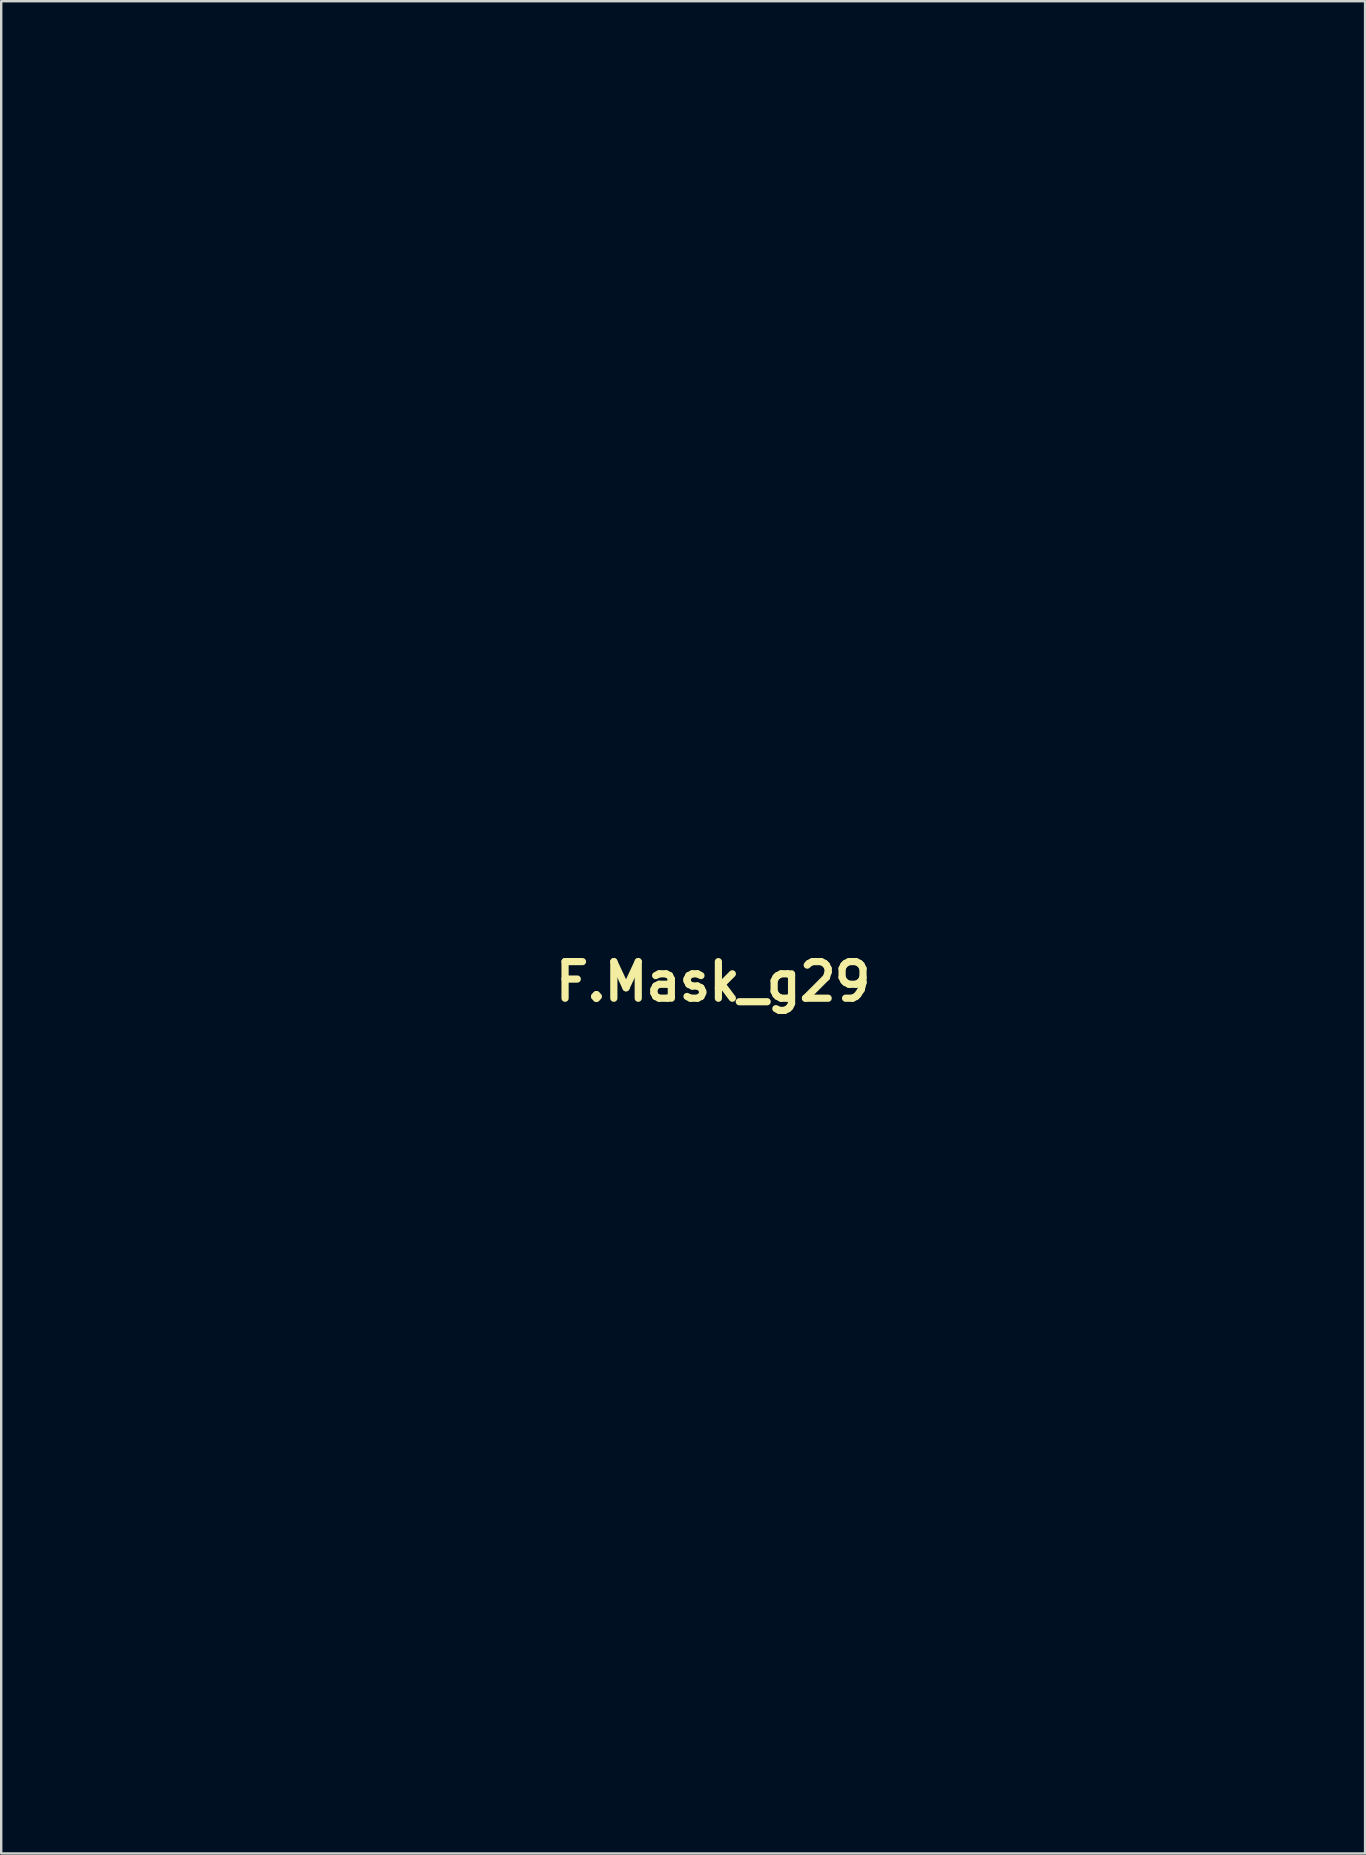
<source format=kicad_pcb>
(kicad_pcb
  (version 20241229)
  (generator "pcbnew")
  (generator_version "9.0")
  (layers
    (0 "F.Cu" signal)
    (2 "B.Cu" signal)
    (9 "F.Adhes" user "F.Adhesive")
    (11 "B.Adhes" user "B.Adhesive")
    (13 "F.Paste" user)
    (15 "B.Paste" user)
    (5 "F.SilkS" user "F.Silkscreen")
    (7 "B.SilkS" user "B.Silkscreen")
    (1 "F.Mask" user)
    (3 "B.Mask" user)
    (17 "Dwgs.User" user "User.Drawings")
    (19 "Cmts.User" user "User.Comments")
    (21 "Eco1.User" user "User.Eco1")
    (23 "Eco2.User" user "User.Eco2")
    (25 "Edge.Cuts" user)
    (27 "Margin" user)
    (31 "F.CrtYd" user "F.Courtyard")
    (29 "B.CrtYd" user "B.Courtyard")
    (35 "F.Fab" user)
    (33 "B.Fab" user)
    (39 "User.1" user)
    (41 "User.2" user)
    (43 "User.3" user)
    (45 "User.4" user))
  (footprint "F.Mask_g29"
    (layer "F.Cu")
    (at 26.654 37.838)
    (property "Reference" "F.Mask_g29" (at 0 0 0) (layer "F.SilkS") (effects (font (size 1.524 1.524) (thickness 0.3))))
    (attr through_hole)
    (fp_poly (pts (xy -18.913 -17.765) (xy -18.775 -17.756) (xy -18.656 -17.738) (xy -18.544 -17.707) (xy -18.428 -17.662) (xy -18.309 -17.607) (xy -18.117 -17.49) (xy -17.948 -17.341) (xy -17.806 -17.163) (xy -17.694 -16.963) (xy -17.618 -16.745) (xy -17.601 -16.675) (xy -17.571 -16.42) (xy -17.58 -16.155) (xy -17.629 -15.883) (xy -17.716 -15.607) (xy -17.817 -15.378) (xy -17.968 -15.115) (xy -18.156 -14.861) (xy -18.374 -14.62) (xy -18.615 -14.398) (xy -18.875 -14.203) (xy -19.146 -14.039) (xy -19.197 -14.013) (xy -19.458 -13.898) (xy -19.727 -13.812) (xy -19.997 -13.754) (xy -20.259 -13.728) (xy -20.505 -13.734) (xy -20.543 -13.738) (xy -20.79 -13.787) (xy -21.017 -13.87) (xy -21.222 -13.985) (xy -21.399 -14.131) (xy -21.43 -14.163) (xy -21.583 -14.354) (xy -21.697 -14.562) (xy -21.773 -14.787) (xy -21.81 -15.028) (xy -21.808 -15.285) (xy -21.768 -15.555) (xy -21.727 -15.718) (xy -21.625 -15.996) (xy -21.486 -16.269) (xy -21.312 -16.532) (xy -21.109 -16.781) (xy -20.88 -17.011) (xy -20.631 -17.218) (xy -20.364 -17.397) (xy -20.084 -17.543) (xy -19.973 -17.591) (xy -19.779 -17.662) (xy -19.605 -17.712) (xy -19.437 -17.745) (xy -19.26 -17.762) (xy -19.082 -17.767) (xy -18.913 -17.765)) (stroke (width 0.01) (type solid)) (fill yes) (layer "F.Mask"))
    (fp_poly (pts (xy -17.534 -15.452) (xy -17.473 -15.394) (xy -17.422 -15.301) (xy -17.41 -15.271) (xy -17.392 -15.225) (xy -17.358 -15.146) (xy -17.312 -15.041) (xy -17.257 -14.915) (xy -17.194 -14.774) (xy -17.126 -14.624) (xy -17.109 -14.586) (xy -16.988 -14.32) (xy -16.882 -14.084) (xy -16.788 -13.872) (xy -16.702 -13.676) (xy -16.622 -13.488) (xy -16.544 -13.301) (xy -16.464 -13.107) (xy -16.381 -12.9) (xy -16.29 -12.671) (xy -16.288 -12.668) (xy -16.213 -12.477) (xy -16.143 -12.304) (xy -16.078 -12.143) (xy -16.017 -11.992) (xy -15.956 -11.845) (xy -15.894 -11.7) (xy -15.83 -11.551) (xy -15.762 -11.396) (xy -15.689 -11.229) (xy -15.607 -11.048) (xy -15.516 -10.848) (xy -15.414 -10.624) (xy -15.299 -10.374) (xy -15.169 -10.092) (xy -15.049 -9.832) (xy -14.805 -9.303) (xy -14.577 -8.811) (xy -14.366 -8.354) (xy -14.169 -7.933) (xy -13.988 -7.544) (xy -13.821 -7.187) (xy -13.667 -6.86) (xy -13.526 -6.562) (xy -13.398 -6.291) (xy -13.281 -6.047) (xy -13.174 -5.827) (xy -13.078 -5.631) (xy -12.992 -5.456) (xy -12.914 -5.302) (xy -12.845 -5.168) (xy -12.821 -5.122) (xy -12.734 -4.966) (xy -12.622 -4.779) (xy -12.486 -4.565) (xy -12.328 -4.325) (xy -12.151 -4.061) (xy -11.955 -3.777) (xy -11.743 -3.473) (xy -11.517 -3.154) (xy -11.277 -2.821) (xy -11.026 -2.476) (xy -10.765 -2.122) (xy -10.497 -1.761) (xy -10.223 -1.396) (xy -9.944 -1.028) (xy -9.663 -0.661) (xy -9.382 -0.296) (xy -9.101 0.064) (xy -8.823 0.417) (xy -8.549 0.761) (xy -8.282 1.092) (xy -8.023 1.409) (xy -7.773 1.71) (xy -7.535 1.992) (xy -7.477 2.059) (xy -7.212 2.364) (xy -6.967 2.64) (xy -6.737 2.892) (xy -6.517 3.123) (xy -6.302 3.34) (xy -6.086 3.547) (xy -5.866 3.748) (xy -5.635 3.948) (xy -5.39 4.153) (xy -5.124 4.367) (xy -4.903 4.54) (xy -4.36 4.948) (xy -3.831 5.316) (xy -3.314 5.645) (xy -2.81 5.934) (xy -2.319 6.184) (xy -1.839 6.395) (xy -1.371 6.567) (xy -1.073 6.659) (xy -0.984 6.681) (xy -0.855 6.707) (xy -0.693 6.738) (xy -0.499 6.773) (xy -0.278 6.81) (xy -0.033 6.85) (xy 0.231 6.892) (xy 0.512 6.936) (xy 0.806 6.98) (xy 1.108 7.025) (xy 1.416 7.069) (xy 1.725 7.113) (xy 2.033 7.156) (xy 2.334 7.197) (xy 2.626 7.236) (xy 2.905 7.272) (xy 3.168 7.304) (xy 3.409 7.333) (xy 3.627 7.357) (xy 3.817 7.376) (xy 3.926 7.386) (xy 4.27 7.412) (xy 4.632 7.432) (xy 5.016 7.447) (xy 5.423 7.458) (xy 5.857 7.463) (xy 6.32 7.462) (xy 6.813 7.457) (xy 7.34 7.447) (xy 7.903 7.431) (xy 8.504 7.411) (xy 8.858 7.397) (xy 9.805 7.356) (xy 10.712 7.309) (xy 11.583 7.256) (xy 12.421 7.197) (xy 13.227 7.132) (xy 14.006 7.061) (xy 14.759 6.983) (xy 15.49 6.898) (xy 16.201 6.806) (xy 16.895 6.706) (xy 17.576 6.599) (xy 17.979 6.53) (xy 18.235 6.484) (xy 18.462 6.439) (xy 18.674 6.393) (xy 18.88 6.343) (xy 19.092 6.287) (xy 19.323 6.22) (xy 19.558 6.149) (xy 19.796 6.077) (xy 19.999 6.019) (xy 20.17 5.976) (xy 20.314 5.947) (xy 20.434 5.93) (xy 20.534 5.925) (xy 20.619 5.932) (xy 20.692 5.95) (xy 20.733 5.967) (xy 20.793 5.999) (xy 20.843 6.039) (xy 20.887 6.093) (xy 20.931 6.168) (xy 20.979 6.272) (xy 21.022 6.374) (xy 21.065 6.478) (xy 21.121 6.61) (xy 21.184 6.757) (xy 21.249 6.908) (xy 21.31 7.048) (xy 21.372 7.193) (xy 21.435 7.344) (xy 21.495 7.492) (xy 21.546 7.624) (xy 21.584 7.726) (xy 21.673 7.991) (xy 21.765 8.292) (xy 21.86 8.625) (xy 21.955 8.984) (xy 22.051 9.363) (xy 22.145 9.758) (xy 22.237 10.163) (xy 22.326 10.572) (xy 22.409 10.981) (xy 22.487 11.383) (xy 22.558 11.774) (xy 22.621 12.148) (xy 22.675 12.5) (xy 22.718 12.824) (xy 22.75 13.115) (xy 22.753 13.155) (xy 22.774 13.413) (xy 22.794 13.694) (xy 22.811 13.992) (xy 22.827 14.304) (xy 22.842 14.623) (xy 22.854 14.944) (xy 22.863 15.263) (xy 22.871 15.573) (xy 22.876 15.871) (xy 22.878 16.151) (xy 22.878 16.408) (xy 22.875 16.636) (xy 22.868 16.831) (xy 22.862 16.944) (xy 22.823 17.366) (xy 22.77 17.753) (xy 22.702 18.103) (xy 22.62 18.416) (xy 22.523 18.691) (xy 22.411 18.926) (xy 22.407 18.934) (xy 22.363 19.005) (xy 22.318 19.065) (xy 22.286 19.097) (xy 22.213 19.135) (xy 22.102 19.169) (xy 21.956 19.199) (xy 21.823 19.218) (xy 21.75 19.224) (xy 21.641 19.229) (xy 21.503 19.233) (xy 21.341 19.235) (xy 21.164 19.237) (xy 20.976 19.237) (xy 20.785 19.236) (xy 20.597 19.234) (xy 20.418 19.23) (xy 20.256 19.226) (xy 20.115 19.22) (xy 20.066 19.218) (xy 19.941 19.209) (xy 19.813 19.196) (xy 19.698 19.182) (xy 19.611 19.168) (xy 19.533 19.155) (xy 19.424 19.139) (xy 19.295 19.121) (xy 19.156 19.104) (xy 19.05 19.091) (xy 18.291 18.996) (xy 17.503 18.879) (xy 16.693 18.741) (xy 15.867 18.584) (xy 15.031 18.408) (xy 14.192 18.215) (xy 13.356 18.006) (xy 12.53 17.783) (xy 12.065 17.65) (xy 10.855 17.278) (xy 9.666 16.878) (xy 8.5 16.45) (xy 7.359 15.995) (xy 6.245 15.514) (xy 5.16 15.008) (xy 4.107 14.477) (xy 3.086 13.923) (xy 2.603 13.646) (xy 1.547 13.005) (xy 0.505 12.324) (xy -0.522 11.605) (xy -1.531 10.849) (xy -2.522 10.057) (xy -3.493 9.229) (xy -4.445 8.368) (xy -5.376 7.473) (xy -6.285 6.546) (xy -7.17 5.587) (xy -8.032 4.598) (xy -8.868 3.58) (xy -9.678 2.533) (xy -10.46 1.459) (xy -10.559 1.319) (xy -11.296 0.235) (xy -12.001 -0.869) (xy -12.676 -1.995) (xy -13.322 -3.148) (xy -13.94 -4.328) (xy -14.532 -5.539) (xy -14.969 -6.488) (xy -15.206 -7.018) (xy -15.439 -7.546) (xy -15.667 -8.069) (xy -15.891 -8.584) (xy -16.107 -9.089) (xy -16.316 -9.581) (xy -16.517 -10.059) (xy -16.707 -10.518) (xy -16.888 -10.958) (xy -17.056 -11.375) (xy -17.211 -11.767) (xy -17.353 -12.131) (xy -17.48 -12.465) (xy -17.591 -12.767) (xy -17.685 -13.033) (xy -17.705 -13.092) (xy -17.731 -13.163) (xy -17.768 -13.265) (xy -17.814 -13.389) (xy -17.865 -13.526) (xy -17.918 -13.667) (xy -17.931 -13.7) (xy -18.012 -13.92) (xy -18.077 -14.106) (xy -18.124 -14.262) (xy -18.156 -14.392) (xy -18.174 -14.499) (xy -18.178 -14.587) (xy -18.175 -14.62) (xy -18.167 -14.669) (xy -18.151 -14.722) (xy -18.122 -14.786) (xy -18.079 -14.869) (xy -18.017 -14.976) (xy -17.98 -15.038) (xy -17.886 -15.189) (xy -17.808 -15.304) (xy -17.741 -15.387) (xy -17.683 -15.44) (xy -17.632 -15.468) (xy -17.598 -15.473) (xy -17.534 -15.452)) (stroke (width 0.01) (type solid)) (fill yes) (layer "F.Mask"))
    (fp_poly (pts (xy -21.749 -14.209) (xy -21.688 -14.163) (xy -21.538 -14.05) (xy -21.356 -13.941) (xy -21.155 -13.842) (xy -20.946 -13.757) (xy -20.74 -13.691) (xy -20.548 -13.65) (xy -20.5 -13.643) (xy -20.391 -13.64) (xy -20.254 -13.65) (xy -20.1 -13.671) (xy -19.942 -13.702) (xy -19.789 -13.741) (xy -19.778 -13.745) (xy -19.7 -13.77) (xy -19.594 -13.806) (xy -19.469 -13.85) (xy -19.336 -13.898) (xy -19.238 -13.935) (xy -19.062 -14) (xy -18.921 -14.051) (xy -18.808 -14.088) (xy -18.72 -14.114) (xy -18.65 -14.129) (xy -18.595 -14.135) (xy -18.548 -14.134) (xy -18.537 -14.133) (xy -18.451 -14.108) (xy -18.393 -14.057) (xy -18.356 -13.975) (xy -18.347 -13.937) (xy -18.332 -13.863) (xy -18.311 -13.757) (xy -18.284 -13.623) (xy -18.254 -13.468) (xy -18.221 -13.295) (xy -18.186 -13.11) (xy -18.171 -13.028) (xy -18.037 -12.321) (xy -17.898 -11.624) (xy -17.758 -10.939) (xy -17.615 -10.27) (xy -17.471 -9.619) (xy -17.326 -8.99) (xy -17.181 -8.385) (xy -17.037 -7.808) (xy -16.895 -7.261) (xy -16.754 -6.747) (xy -16.617 -6.269) (xy -16.482 -5.831) (xy -16.481 -5.827) (xy -16.426 -5.659) (xy -16.358 -5.457) (xy -16.278 -5.228) (xy -16.189 -4.977) (xy -16.093 -4.711) (xy -15.991 -4.434) (xy -15.886 -4.154) (xy -15.801 -3.926) (xy -15.214 -2.432) (xy -14.603 -0.971) (xy -13.966 0.46) (xy -13.304 1.862) (xy -12.614 3.239) (xy -11.895 4.593) (xy -11.145 5.927) (xy -10.799 6.519) (xy -10.054 7.744) (xy -9.284 8.942) (xy -8.49 10.111) (xy -7.674 11.251) (xy -6.835 12.361) (xy -5.974 13.441) (xy -5.093 14.489) (xy -4.192 15.505) (xy -3.271 16.487) (xy -2.332 17.436) (xy -1.376 18.35) (xy -0.402 19.228) (xy 0.587 20.07) (xy 1.593 20.874) (xy 2.612 21.641) (xy 3.646 22.368) (xy 4.634 23.019) (xy 5.027 23.263) (xy 5.456 23.518) (xy 5.914 23.78) (xy 6.396 24.048) (xy 6.898 24.318) (xy 7.413 24.587) (xy 7.938 24.853) (xy 8.465 25.114) (xy 8.991 25.366) (xy 9.51 25.607) (xy 10.016 25.834) (xy 10.437 26.015) (xy 10.991 26.244) (xy 11.537 26.46) (xy 12.08 26.664) (xy 12.624 26.857) (xy 13.173 27.04) (xy 13.731 27.215) (xy 14.304 27.383) (xy 14.894 27.545) (xy 15.507 27.702) (xy 16.147 27.856) (xy 16.818 28.008) (xy 17.525 28.16) (xy 17.949 28.247) (xy 18.357 28.331) (xy 18.728 28.409) (xy 19.066 28.483) (xy 19.376 28.553) (xy 19.662 28.621) (xy 19.928 28.688) (xy 20.181 28.755) (xy 20.423 28.823) (xy 20.659 28.894) (xy 20.894 28.968) (xy 21.133 29.047) (xy 21.294 29.101) (xy 21.427 29.145) (xy 21.573 29.189) (xy 21.714 29.229) (xy 21.834 29.259) (xy 21.848 29.262) (xy 21.986 29.292) (xy 22.109 29.316) (xy 22.224 29.336) (xy 22.338 29.352) (xy 22.456 29.364) (xy 22.585 29.374) (xy 22.731 29.381) (xy 22.9 29.387) (xy 23.099 29.391) (xy 23.334 29.394) (xy 23.341 29.394) (xy 24.15 29.405) (xy 24.018 29.553) (xy 23.945 29.631) (xy 23.865 29.705) (xy 23.774 29.78) (xy 23.665 29.861) (xy 23.531 29.952) (xy 23.368 30.058) (xy 22.897 30.346) (xy 22.397 30.625) (xy 21.877 30.891) (xy 21.343 31.143) (xy 20.802 31.376) (xy 20.261 31.588) (xy 19.729 31.774) (xy 19.211 31.933) (xy 18.912 32.014) (xy 18.786 32.045) (xy 18.682 32.069) (xy 18.588 32.087) (xy 18.495 32.101) (xy 18.391 32.112) (xy 18.268 32.121) (xy 18.113 32.131) (xy 18.098 32.132) (xy 17.876 32.141) (xy 17.616 32.146) (xy 17.319 32.147) (xy 16.99 32.144) (xy 16.631 32.137) (xy 16.244 32.127) (xy 15.834 32.112) (xy 15.402 32.094) (xy 14.953 32.073) (xy 14.489 32.049) (xy 14.013 32.022) (xy 13.528 31.993) (xy 13.037 31.96) (xy 12.543 31.925) (xy 12.049 31.888) (xy 11.559 31.849) (xy 11.075 31.807) (xy 10.6 31.764) (xy 10.137 31.719) (xy 10.012 31.706) (xy 9.417 31.644) (xy 8.834 31.578) (xy 8.265 31.511) (xy 7.714 31.441) (xy 7.182 31.37) (xy 6.674 31.299) (xy 6.193 31.226) (xy 5.74 31.154) (xy 5.319 31.081) (xy 4.934 31.01) (xy 4.586 30.939) (xy 4.424 30.904) (xy 4.184 30.851) (xy 3.978 30.808) (xy 3.798 30.774) (xy 3.636 30.747) (xy 3.485 30.725) (xy 3.376 30.713) (xy 3.224 30.694) (xy 3.047 30.668) (xy 2.861 30.639) (xy 2.684 30.607) (xy 2.575 30.586) (xy 2.137 30.502) (xy 1.706 30.427) (xy 1.264 30.359) (xy 0.91 30.31) (xy 0.743 30.287) (xy 0.566 30.26) (xy 0.391 30.231) (xy 0.231 30.203) (xy 0.097 30.177) (xy 0.074 30.173) (xy -0.015 30.154) (xy -0.095 30.137) (xy -0.169 30.122) (xy -0.242 30.108) (xy -0.316 30.096) (xy -0.395 30.083) (xy -0.482 30.071) (xy -0.581 30.058) (xy -0.695 30.045) (xy -0.828 30.03) (xy -0.983 30.013) (xy -1.164 29.994) (xy -1.374 29.973) (xy -1.616 29.949) (xy -1.895 29.921) (xy -2.127 29.898) (xy -2.391 29.871) (xy -2.649 29.845) (xy -2.898 29.819) (xy -3.132 29.795) (xy -3.348 29.772) (xy -3.543 29.751) (xy -3.711 29.733) (xy -3.849 29.717) (xy -3.952 29.705) (xy -4.011 29.697) (xy -4.235 29.666) (xy -4.438 29.641) (xy -4.631 29.621) (xy -4.821 29.607) (xy -5.017 29.596) (xy -5.229 29.589) (xy -5.464 29.585) (xy -5.731 29.583) (xy -5.768 29.583) (xy -5.967 29.584) (xy -6.165 29.586) (xy -6.356 29.589) (xy -6.53 29.594) (xy -6.681 29.599) (xy -6.801 29.606) (xy -6.847 29.609) (xy -7.155 29.636) (xy -7.457 29.666) (xy -7.756 29.7) (xy -8.057 29.738) (xy -8.362 29.781) (xy -8.676 29.83) (xy -9.003 29.885) (xy -9.346 29.946) (xy -9.708 30.016) (xy -10.094 30.093) (xy -10.507 30.179) (xy -10.951 30.275) (xy -11.43 30.381) (xy -11.781 30.459) (xy -12.261 30.568) (xy -12.704 30.67) (xy -13.117 30.765) (xy -13.504 30.856) (xy -13.871 30.944) (xy -14.223 31.03) (xy -14.565 31.116) (xy -14.902 31.202) (xy -15.241 31.291) (xy -15.585 31.382) (xy -15.941 31.479) (xy -16.314 31.582) (xy -16.708 31.692) (xy -16.912 31.749) (xy -17.017 31.778) (xy -17.116 31.803) (xy -17.216 31.825) (xy -17.322 31.847) (xy -17.442 31.867) (xy -17.58 31.889) (xy -17.744 31.913) (xy -17.939 31.939) (xy -18.108 31.962) (xy -18.307 31.988) (xy -18.47 32.01) (xy -18.604 32.028) (xy -18.715 32.045) (xy -18.809 32.06) (xy -18.892 32.075) (xy -18.972 32.09) (xy -19.053 32.108) (xy -19.113 32.121) (xy -19.199 32.138) (xy -19.318 32.158) (xy -19.46 32.18) (xy -19.616 32.203) (xy -19.777 32.225) (xy -19.865 32.235) (xy -20.101 32.264) (xy -20.301 32.289) (xy -20.47 32.311) (xy -20.612 32.33) (xy -20.734 32.348) (xy -20.842 32.365) (xy -20.939 32.382) (xy -21.033 32.401) (xy -21.127 32.421) (xy -21.228 32.444) (xy -21.303 32.462) (xy -21.546 32.518) (xy -21.819 32.577) (xy -22.118 32.64) (xy -22.438 32.704) (xy -22.774 32.77) (xy -23.119 32.835) (xy -23.468 32.9) (xy -23.817 32.963) (xy -24.16 33.023) (xy -24.491 33.079) (xy -24.806 33.131) (xy -25.098 33.176) (xy -25.363 33.215) (xy -25.596 33.247) (xy -25.718 33.261) (xy -25.905 33.281) (xy -26.078 33.295) (xy -26.23 33.304) (xy -26.355 33.306) (xy -26.448 33.302) (xy -26.485 33.297) (xy -26.573 33.265) (xy -26.629 33.212) (xy -26.649 33.144) (xy -26.643 33.114) (xy -26.623 33.077) (xy -26.584 33.028) (xy -26.523 32.961) (xy -26.435 32.871) (xy -26.42 32.856) (xy -26.185 32.61) (xy -25.94 32.33) (xy -25.686 32.019) (xy -25.427 31.684) (xy -25.165 31.327) (xy -24.904 30.955) (xy -24.647 30.571) (xy -24.396 30.179) (xy -24.155 29.785) (xy -23.926 29.394) (xy -23.712 29.009) (xy -23.516 28.635) (xy -23.342 28.277) (xy -23.191 27.939) (xy -23.067 27.626) (xy -23.058 27.601) (xy -23.013 27.476) (xy -22.959 27.33) (xy -22.903 27.18) (xy -22.851 27.044) (xy -22.85 27.04) (xy -22.64 26.449) (xy -22.455 25.844) (xy -22.294 25.217) (xy -22.154 24.56) (xy -22.132 24.448) (xy -22.078 24.148) (xy -22.032 23.867) (xy -21.993 23.596) (xy -21.961 23.324) (xy -21.933 23.042) (xy -21.908 22.739) (xy -21.886 22.406) (xy -21.882 22.341) (xy -21.878 22.242) (xy -21.874 22.103) (xy -21.87 21.928) (xy -21.867 21.721) (xy -21.864 21.483) (xy -21.861 21.219) (xy -21.859 20.932) (xy -21.858 20.624) (xy -21.857 20.299) (xy -21.856 19.96) (xy -21.855 19.61) (xy -21.855 19.252) (xy -21.856 18.89) (xy -21.857 18.526) (xy -21.858 18.164) (xy -21.859 17.807) (xy -21.861 17.458) (xy -21.864 17.12) (xy -21.867 16.796) (xy -21.87 16.49) (xy -21.873 16.204) (xy -21.877 15.942) (xy -21.882 15.706) (xy -21.883 15.663) (xy -21.893 15.189) (xy -21.904 14.704) (xy -21.915 14.215) (xy -21.926 13.724) (xy -21.937 13.235) (xy -21.948 12.753) (xy -21.959 12.282) (xy -21.97 11.825) (xy -21.98 11.386) (xy -21.99 10.97) (xy -21.999 10.58) (xy -22.008 10.22) (xy -22.016 9.895) (xy -22.023 9.608) (xy -22.024 9.599) (xy -22.041 8.936) (xy -22.056 8.31) (xy -22.071 7.719) (xy -22.084 7.159) (xy -22.096 6.624) (xy -22.107 6.112) (xy -22.116 5.617) (xy -22.125 5.137) (xy -22.133 4.666) (xy -22.14 4.202) (xy -22.146 3.739) (xy -22.151 3.275) (xy -22.155 2.804) (xy -22.159 2.323) (xy -22.162 1.828) (xy -22.165 1.314) (xy -22.167 0.778) (xy -22.168 0.216) (xy -22.169 -0.377) (xy -22.17 -1.004) (xy -22.17 -1.46) (xy -22.17 -1.919) (xy -22.17 -2.391) (xy -22.169 -2.874) (xy -22.169 -3.366) (xy -22.167 -3.866) (xy -22.166 -4.371) (xy -22.164 -4.878) (xy -22.162 -5.387) (xy -22.16 -5.895) (xy -22.158 -6.4) (xy -22.155 -6.899) (xy -22.153 -7.391) (xy -22.15 -7.874) (xy -22.147 -8.346) (xy -22.143 -8.803) (xy -22.14 -9.246) (xy -22.137 -9.67) (xy -22.133 -10.075) (xy -22.13 -10.458) (xy -22.126 -10.817) (xy -22.122 -11.15) (xy -22.118 -11.456) (xy -22.114 -11.731) (xy -22.111 -11.973) (xy -22.107 -12.182) (xy -22.103 -12.354) (xy -22.099 -12.488) (xy -22.096 -12.573) (xy -22.089 -12.73) (xy -22.081 -12.914) (xy -22.073 -13.113) (xy -22.065 -13.311) (xy -22.058 -13.494) (xy -22.057 -13.525) (xy -22.051 -13.695) (xy -22.043 -13.841) (xy -22.034 -13.961) (xy -22.026 -14.049) (xy -22.017 -14.101) (xy -22.015 -14.108) (xy -21.966 -14.194) (xy -21.905 -14.239) (xy -21.832 -14.244) (xy -21.749 -14.209)) (stroke (width 0.01) (type solid)) (fill yes) (layer "F.Mask"))
    (fp_poly (pts (xy 5.321 -37.827) (xy 5.46 -37.815) (xy 5.606 -37.799) (xy 5.751 -37.778) (xy 5.887 -37.754) (xy 5.995 -37.73) (xy 6.333 -37.633) (xy 6.68 -37.516) (xy 7.029 -37.379) (xy 7.374 -37.228) (xy 7.705 -37.066) (xy 8.015 -36.896) (xy 8.297 -36.722) (xy 8.514 -36.569) (xy 8.596 -36.505) (xy 8.663 -36.446) (xy 8.721 -36.385) (xy 8.775 -36.313) (xy 8.833 -36.224) (xy 8.9 -36.109) (xy 8.949 -36.022) (xy 9.008 -35.917) (xy 9.067 -35.815) (xy 9.118 -35.729) (xy 9.157 -35.667) (xy 9.164 -35.658) (xy 9.235 -35.571) (xy 9.301 -35.525) (xy 9.365 -35.521) (xy 9.426 -35.557) (xy 9.44 -35.57) (xy 9.464 -35.599) (xy 9.477 -35.63) (xy 9.482 -35.674) (xy 9.48 -35.742) (xy 9.476 -35.797) (xy 9.463 -35.906) (xy 9.435 -36.044) (xy 9.393 -36.215) (xy 9.346 -36.383) (xy 9.286 -36.6) (xy 9.242 -36.783) (xy 9.212 -36.936) (xy 9.195 -37.065) (xy 9.192 -37.173) (xy 9.2 -37.266) (xy 9.204 -37.285) (xy 9.241 -37.413) (xy 9.297 -37.507) (xy 9.375 -37.574) (xy 9.408 -37.592) (xy 9.473 -37.619) (xy 9.524 -37.626) (xy 9.583 -37.615) (xy 9.585 -37.614) (xy 9.673 -37.58) (xy 9.772 -37.521) (xy 9.884 -37.434) (xy 10.013 -37.318) (xy 10.162 -37.17) (xy 10.215 -37.115) (xy 10.398 -36.918) (xy 10.551 -36.743) (xy 10.68 -36.584) (xy 10.786 -36.438) (xy 10.875 -36.298) (xy 10.949 -36.16) (xy 11.008 -36.031) (xy 11.046 -35.935) (xy 11.078 -35.847) (xy 11.103 -35.761) (xy 11.124 -35.67) (xy 11.14 -35.57) (xy 11.154 -35.452) (xy 11.165 -35.312) (xy 11.175 -35.143) (xy 11.184 -34.94) (xy 11.186 -34.893) (xy 11.2 -34.617) (xy 11.216 -34.379) (xy 11.235 -34.175) (xy 11.257 -34) (xy 11.285 -33.85) (xy 11.317 -33.72) (xy 11.355 -33.606) (xy 11.4 -33.505) (xy 11.439 -33.434) (xy 11.498 -33.352) (xy 11.565 -33.287) (xy 11.632 -33.246) (xy 11.688 -33.235) (xy 11.728 -33.251) (xy 11.76 -33.286) (xy 11.785 -33.347) (xy 11.804 -33.437) (xy 11.818 -33.56) (xy 11.828 -33.721) (xy 11.829 -33.732) (xy 11.836 -33.865) (xy 11.844 -33.965) (xy 11.854 -34.042) (xy 11.867 -34.105) (xy 11.885 -34.163) (xy 11.904 -34.21) (xy 11.965 -34.352) (xy 12.02 -34.455) (xy 12.071 -34.522) (xy 12.12 -34.556) (xy 12.171 -34.56) (xy 12.223 -34.536) (xy 12.273 -34.491) (xy 12.338 -34.412) (xy 12.417 -34.304) (xy 12.505 -34.174) (xy 12.6 -34.024) (xy 12.699 -33.86) (xy 12.8 -33.688) (xy 12.899 -33.511) (xy 12.994 -33.335) (xy 13.082 -33.165) (xy 13.16 -33.005) (xy 13.225 -32.861) (xy 13.274 -32.736) (xy 13.289 -32.693) (xy 13.308 -32.632) (xy 13.326 -32.558) (xy 13.345 -32.47) (xy 13.366 -32.363) (xy 13.388 -32.233) (xy 13.412 -32.077) (xy 13.439 -31.892) (xy 13.47 -31.673) (xy 13.506 -31.417) (xy 13.518 -31.327) (xy 13.551 -31.111) (xy 13.589 -30.931) (xy 13.634 -30.781) (xy 13.687 -30.656) (xy 13.751 -30.547) (xy 13.828 -30.451) (xy 13.842 -30.436) (xy 13.919 -30.373) (xy 13.991 -30.353) (xy 14.058 -30.374) (xy 14.121 -30.437) (xy 14.168 -30.514) (xy 14.183 -30.556) (xy 14.204 -30.632) (xy 14.229 -30.732) (xy 14.255 -30.85) (xy 14.278 -30.955) (xy 14.312 -31.118) (xy 14.34 -31.247) (xy 14.366 -31.347) (xy 14.39 -31.427) (xy 14.416 -31.493) (xy 14.444 -31.552) (xy 14.468 -31.594) (xy 14.52 -31.667) (xy 14.588 -31.74) (xy 14.661 -31.803) (xy 14.728 -31.847) (xy 14.767 -31.862) (xy 14.865 -31.86) (xy 14.963 -31.821) (xy 15.056 -31.749) (xy 15.137 -31.649) (xy 15.185 -31.561) (xy 15.211 -31.493) (xy 15.246 -31.392) (xy 15.286 -31.266) (xy 15.329 -31.123) (xy 15.372 -30.972) (xy 15.415 -30.821) (xy 15.453 -30.677) (xy 15.485 -30.549) (xy 15.508 -30.446) (xy 15.509 -30.44) (xy 15.528 -30.305) (xy 15.54 -30.142) (xy 15.545 -29.96) (xy 15.542 -29.774) (xy 15.532 -29.594) (xy 15.514 -29.433) (xy 15.508 -29.39) (xy 15.466 -29.179) (xy 15.407 -28.936) (xy 15.331 -28.661) (xy 15.237 -28.35) (xy 15.166 -28.131) (xy 15.094 -27.907) (xy 15.036 -27.717) (xy 14.992 -27.557) (xy 14.961 -27.421) (xy 14.941 -27.304) (xy 14.932 -27.202) (xy 14.933 -27.109) (xy 14.942 -27.019) (xy 14.946 -26.992) (xy 14.98 -26.868) (xy 15.031 -26.781) (xy 15.102 -26.73) (xy 15.194 -26.712) (xy 15.196 -26.712) (xy 15.317 -26.732) (xy 15.447 -26.788) (xy 15.584 -26.879) (xy 15.717 -26.997) (xy 15.811 -27.098) (xy 15.904 -27.215) (xy 16 -27.353) (xy 16.103 -27.517) (xy 16.218 -27.713) (xy 16.256 -27.781) (xy 16.39 -28.013) (xy 16.513 -28.206) (xy 16.626 -28.362) (xy 16.73 -28.483) (xy 16.827 -28.571) (xy 16.868 -28.599) (xy 16.951 -28.644) (xy 17.017 -28.657) (xy 17.076 -28.639) (xy 17.11 -28.616) (xy 17.15 -28.574) (xy 17.182 -28.513) (xy 17.206 -28.431) (xy 17.224 -28.321) (xy 17.236 -28.178) (xy 17.244 -27.998) (xy 17.245 -27.993) (xy 17.24 -27.616) (xy 17.201 -27.253) (xy 17.126 -26.895) (xy 17.014 -26.532) (xy 16.964 -26.398) (xy 16.903 -26.247) (xy 16.842 -26.11) (xy 16.779 -25.981) (xy 16.708 -25.854) (xy 16.627 -25.722) (xy 16.531 -25.578) (xy 16.417 -25.417) (xy 16.281 -25.232) (xy 16.231 -25.166) (xy 16.089 -24.975) (xy 15.973 -24.811) (xy 15.88 -24.669) (xy 15.807 -24.546) (xy 15.752 -24.436) (xy 15.713 -24.336) (xy 15.687 -24.24) (xy 15.672 -24.144) (xy 15.669 -24.104) (xy 15.669 -23.961) (xy 15.69 -23.848) (xy 15.732 -23.766) (xy 15.793 -23.718) (xy 15.853 -23.707) (xy 15.891 -23.712) (xy 15.938 -23.73) (xy 15.998 -23.762) (xy 16.076 -23.812) (xy 16.174 -23.882) (xy 16.299 -23.975) (xy 16.404 -24.056) (xy 16.629 -24.227) (xy 16.824 -24.371) (xy 16.993 -24.489) (xy 17.138 -24.584) (xy 17.262 -24.657) (xy 17.367 -24.709) (xy 17.456 -24.742) (xy 17.508 -24.755) (xy 17.563 -24.76) (xy 17.598 -24.745) (xy 17.619 -24.72) (xy 17.64 -24.662) (xy 17.65 -24.569) (xy 17.65 -24.448) (xy 17.639 -24.304) (xy 17.618 -24.142) (xy 17.589 -23.97) (xy 17.551 -23.793) (xy 17.537 -23.738) (xy 17.492 -23.595) (xy 17.423 -23.428) (xy 17.335 -23.244) (xy 17.232 -23.051) (xy 17.118 -22.858) (xy 17.057 -22.763) (xy 16.943 -22.602) (xy 16.817 -22.449) (xy 16.687 -22.31) (xy 16.558 -22.192) (xy 16.437 -22.101) (xy 16.353 -22.053) (xy 16.19 -21.996) (xy 16.03 -21.975) (xy 15.879 -21.991) (xy 15.822 -22.008) (xy 15.696 -22.065) (xy 15.564 -22.147) (xy 15.426 -22.255) (xy 15.279 -22.392) (xy 15.12 -22.56) (xy 14.948 -22.76) (xy 14.76 -22.996) (xy 14.662 -23.124) (xy 14.567 -23.249) (xy 14.462 -23.382) (xy 14.359 -23.511) (xy 14.264 -23.625) (xy 14.204 -23.696) (xy 13.946 -23.995) (xy 13.717 -24.271) (xy 13.513 -24.527) (xy 13.331 -24.767) (xy 13.168 -24.997) (xy 13.021 -25.221) (xy 12.887 -25.443) (xy 12.762 -25.667) (xy 12.664 -25.858) (xy 12.584 -26.022) (xy 12.523 -26.154) (xy 12.481 -26.258) (xy 12.457 -26.339) (xy 12.448 -26.401) (xy 12.454 -26.448) (xy 12.474 -26.485) (xy 12.486 -26.498) (xy 12.526 -26.527) (xy 12.579 -26.54) (xy 12.648 -26.536) (xy 12.738 -26.516) (xy 12.853 -26.478) (xy 12.997 -26.421) (xy 13.155 -26.353) (xy 13.296 -26.292) (xy 13.406 -26.249) (xy 13.49 -26.223) (xy 13.555 -26.213) (xy 13.607 -26.215) (xy 13.638 -26.224) (xy 13.693 -26.259) (xy 13.73 -26.32) (xy 13.751 -26.412) (xy 13.758 -26.539) (xy 13.758 -26.552) (xy 13.747 -26.717) (xy 13.711 -26.856) (xy 13.648 -26.978) (xy 13.612 -27.027) (xy 13.56 -27.08) (xy 13.479 -27.147) (xy 13.376 -27.224) (xy 13.257 -27.305) (xy 13.132 -27.385) (xy 13.007 -27.459) (xy 12.943 -27.493) (xy 12.8 -27.574) (xy 12.646 -27.671) (xy 12.49 -27.775) (xy 12.345 -27.88) (xy 12.22 -27.977) (xy 12.162 -28.028) (xy 12.068 -28.12) (xy 11.961 -28.236) (xy 11.844 -28.37) (xy 11.723 -28.516) (xy 11.603 -28.666) (xy 11.49 -28.815) (xy 11.388 -28.955) (xy 11.304 -29.08) (xy 11.243 -29.182) (xy 11.231 -29.205) (xy 11.174 -29.339) (xy 11.137 -29.481) (xy 11.115 -29.645) (xy 11.108 -29.792) (xy 11.108 -29.919) (xy 11.117 -30.014) (xy 11.136 -30.085) (xy 11.17 -30.143) (xy 11.221 -30.196) (xy 11.24 -30.212) (xy 11.344 -30.274) (xy 11.474 -30.304) (xy 11.631 -30.303) (xy 11.816 -30.272) (xy 12.012 -30.214) (xy 12.195 -30.161) (xy 12.36 -30.13) (xy 12.502 -30.122) (xy 12.614 -30.138) (xy 12.625 -30.141) (xy 12.703 -30.187) (xy 12.759 -30.262) (xy 12.784 -30.351) (xy 12.785 -30.365) (xy 12.77 -30.444) (xy 12.73 -30.537) (xy 12.672 -30.629) (xy 12.605 -30.709) (xy 12.587 -30.725) (xy 12.483 -30.804) (xy 12.365 -30.872) (xy 12.228 -30.93) (xy 12.064 -30.981) (xy 11.87 -31.028) (xy 11.639 -31.071) (xy 11.635 -31.072) (xy 11.394 -31.118) (xy 11.184 -31.169) (xy 10.992 -31.229) (xy 10.806 -31.303) (xy 10.647 -31.377) (xy 10.534 -31.434) (xy 10.402 -31.502) (xy 10.255 -31.579) (xy 10.1 -31.661) (xy 9.943 -31.744) (xy 9.79 -31.826) (xy 9.647 -31.904) (xy 9.519 -31.974) (xy 9.414 -32.033) (xy 9.336 -32.078) (xy 9.303 -32.098) (xy 9.227 -32.149) (xy 9.135 -32.215) (xy 9.032 -32.291) (xy 8.925 -32.373) (xy 8.82 -32.455) (xy 8.723 -32.533) (xy 8.641 -32.601) (xy 8.579 -32.655) (xy 8.544 -32.691) (xy 8.54 -32.695) (xy 8.516 -32.762) (xy 8.528 -32.823) (xy 8.572 -32.867) (xy 8.586 -32.873) (xy 8.622 -32.88) (xy 8.694 -32.887) (xy 8.795 -32.895) (xy 8.919 -32.902) (xy 9.06 -32.909) (xy 9.173 -32.914) (xy 9.369 -32.922) (xy 9.528 -32.931) (xy 9.655 -32.942) (xy 9.755 -32.955) (xy 9.833 -32.972) (xy 9.895 -32.993) (xy 9.945 -33.02) (xy 9.977 -33.043) (xy 10.025 -33.1) (xy 10.031 -33.162) (xy 9.998 -33.225) (xy 9.927 -33.287) (xy 9.9 -33.303) (xy 9.852 -33.328) (xy 9.795 -33.349) (xy 9.724 -33.367) (xy 9.634 -33.384) (xy 9.517 -33.401) (xy 9.368 -33.419) (xy 9.239 -33.433) (xy 8.95 -33.468) (xy 8.695 -33.508) (xy 8.471 -33.558) (xy 8.268 -33.617) (xy 8.082 -33.689) (xy 7.906 -33.776) (xy 7.732 -33.88) (xy 7.606 -33.966) (xy 7.555 -34.003) (xy 7.481 -34.059) (xy 7.388 -34.131) (xy 7.281 -34.215) (xy 7.164 -34.307) (xy 7.041 -34.404) (xy 6.917 -34.503) (xy 6.795 -34.6) (xy 6.682 -34.691) (xy 6.58 -34.773) (xy 6.495 -34.842) (xy 6.43 -34.896) (xy 6.391 -34.93) (xy 6.38 -34.941) (xy 6.402 -34.943) (xy 6.46 -34.947) (xy 6.55 -34.952) (xy 6.667 -34.959) (xy 6.806 -34.967) (xy 6.96 -34.975) (xy 7.018 -34.978) (xy 7.247 -34.99) (xy 7.437 -35.002) (xy 7.594 -35.016) (xy 7.721 -35.031) (xy 7.823 -35.049) (xy 7.904 -35.071) (xy 7.968 -35.097) (xy 8.019 -35.13) (xy 8.062 -35.169) (xy 8.1 -35.216) (xy 8.107 -35.225) (xy 8.15 -35.289) (xy 8.166 -35.333) (xy 8.157 -35.369) (xy 8.123 -35.407) (xy 8.122 -35.407) (xy 8.077 -35.443) (xy 8.019 -35.473) (xy 7.942 -35.501) (xy 7.84 -35.527) (xy 7.706 -35.554) (xy 7.604 -35.572) (xy 7.472 -35.597) (xy 7.35 -35.624) (xy 7.251 -35.651) (xy 7.182 -35.676) (xy 7.181 -35.676) (xy 7.134 -35.703) (xy 7.075 -35.745) (xy 7 -35.806) (xy 6.907 -35.89) (xy 6.792 -35.999) (xy 6.683 -36.104) (xy 6.349 -36.42) (xy 6.033 -36.699) (xy 5.733 -36.943) (xy 5.448 -37.153) (xy 5.175 -37.331) (xy 5.138 -37.353) (xy 5.048 -37.409) (xy 4.97 -37.463) (xy 4.911 -37.508) (xy 4.882 -37.538) (xy 4.849 -37.618) (xy 4.855 -37.693) (xy 4.9 -37.757) (xy 4.98 -37.806) (xy 5.034 -37.824) (xy 5.099 -37.832) (xy 5.198 -37.833) (xy 5.321 -37.827)) (stroke (width 0.01) (type solid)) (fill yes) (layer "F.Mask"))
    (fp_poly (pts (xy -7.969 -37.66) (xy -7.895 -37.646) (xy -7.84 -37.606) (xy -7.836 -37.601) (xy -7.806 -37.553) (xy -7.801 -37.504) (xy -7.823 -37.452) (xy -7.876 -37.393) (xy -7.961 -37.325) (xy -8.081 -37.245) (xy -8.191 -37.177) (xy -8.335 -37.089) (xy -8.475 -36.997) (xy -8.615 -36.899) (xy -8.76 -36.79) (xy -8.916 -36.667) (xy -9.085 -36.527) (xy -9.274 -36.365) (xy -9.487 -36.178) (xy -9.561 -36.112) (xy -9.738 -35.958) (xy -9.892 -35.831) (xy -10.029 -35.726) (xy -10.155 -35.641) (xy -10.275 -35.569) (xy -10.32 -35.545) (xy -10.427 -35.493) (xy -10.528 -35.452) (xy -10.636 -35.417) (xy -10.761 -35.387) (xy -10.915 -35.356) (xy -10.945 -35.351) (xy -11.048 -35.329) (xy -11.146 -35.304) (xy -11.225 -35.279) (xy -11.258 -35.265) (xy -11.32 -35.226) (xy -11.385 -35.176) (xy -11.444 -35.121) (xy -11.488 -35.071) (xy -11.509 -35.034) (xy -11.509 -35.024) (xy -11.487 -34.994) (xy -11.438 -34.967) (xy -11.361 -34.943) (xy -11.254 -34.921) (xy -11.113 -34.901) (xy -10.937 -34.883) (xy -10.723 -34.866) (xy -10.508 -34.852) (xy -10.304 -34.839) (xy -10.139 -34.829) (xy -10.007 -34.819) (xy -9.904 -34.811) (xy -9.826 -34.802) (xy -9.768 -34.793) (xy -9.727 -34.784) (xy -9.697 -34.773) (xy -9.674 -34.76) (xy -9.662 -34.751) (xy -9.62 -34.706) (xy -9.611 -34.657) (xy -9.636 -34.603) (xy -9.696 -34.54) (xy -9.794 -34.466) (xy -9.853 -34.427) (xy -9.942 -34.365) (xy -10.046 -34.284) (xy -10.151 -34.196) (xy -10.22 -34.135) (xy -10.483 -33.916) (xy -10.777 -33.719) (xy -11.07 -33.562) (xy -11.208 -33.499) (xy -11.34 -33.446) (xy -11.474 -33.401) (xy -11.614 -33.364) (xy -11.768 -33.332) (xy -11.94 -33.305) (xy -12.138 -33.281) (xy -12.367 -33.26) (xy -12.584 -33.242) (xy -12.804 -33.225) (xy -12.986 -33.21) (xy -13.136 -33.196) (xy -13.258 -33.182) (xy -13.356 -33.167) (xy -13.435 -33.152) (xy -13.501 -33.136) (xy -13.557 -33.117) (xy -13.571 -33.111) (xy -13.623 -33.087) (xy -13.646 -33.059) (xy -13.652 -33.01) (xy -13.652 -32.99) (xy -13.641 -32.914) (xy -13.603 -32.855) (xy -13.533 -32.807) (xy -13.425 -32.766) (xy -13.425 -32.766) (xy -13.309 -32.735) (xy -13.18 -32.712) (xy -13.031 -32.695) (xy -12.855 -32.684) (xy -12.646 -32.679) (xy -12.587 -32.679) (xy -12.444 -32.677) (xy -12.296 -32.674) (xy -12.157 -32.67) (xy -12.039 -32.666) (xy -11.982 -32.663) (xy -11.761 -32.65) (xy -12.194 -32.247) (xy -12.413 -32.045) (xy -12.605 -31.87) (xy -12.774 -31.72) (xy -12.922 -31.592) (xy -13.053 -31.483) (xy -13.171 -31.391) (xy -13.278 -31.313) (xy -13.379 -31.247) (xy -13.475 -31.189) (xy -13.57 -31.138) (xy -13.595 -31.126) (xy -13.692 -31.079) (xy -13.781 -31.041) (xy -13.869 -31.009) (xy -13.96 -30.983) (xy -14.062 -30.961) (xy -14.179 -30.942) (xy -14.318 -30.925) (xy -14.484 -30.909) (xy -14.685 -30.893) (xy -14.796 -30.885) (xy -14.952 -30.87) (xy -15.072 -30.849) (xy -15.165 -30.82) (xy -15.236 -30.782) (xy -15.292 -30.731) (xy -15.298 -30.724) (xy -15.341 -30.67) (xy -15.401 -30.591) (xy -15.469 -30.496) (xy -15.539 -30.397) (xy -15.604 -30.304) (xy -15.655 -30.226) (xy -15.679 -30.188) (xy -15.721 -30.1) (xy -15.75 -30.006) (xy -15.761 -29.921) (xy -15.753 -29.856) (xy -15.749 -29.846) (xy -15.731 -29.823) (xy -15.705 -29.81) (xy -15.665 -29.808) (xy -15.607 -29.817) (xy -15.526 -29.839) (xy -15.417 -29.875) (xy -15.275 -29.925) (xy -15.219 -29.946) (xy -15.017 -30.018) (xy -14.842 -30.077) (xy -14.683 -30.125) (xy -14.529 -30.167) (xy -14.368 -30.204) (xy -14.189 -30.242) (xy -14.161 -30.247) (xy -14.039 -30.272) (xy -13.924 -30.297) (xy -13.825 -30.32) (xy -13.754 -30.338) (xy -13.733 -30.344) (xy -13.661 -30.363) (xy -13.595 -30.371) (xy -13.574 -30.37) (xy -13.532 -30.358) (xy -13.513 -30.327) (xy -13.508 -30.293) (xy -13.519 -30.222) (xy -13.563 -30.131) (xy -13.64 -30.019) (xy -13.752 -29.885) (xy -13.898 -29.729) (xy -13.901 -29.726) (xy -13.998 -29.621) (xy -14.11 -29.493) (xy -14.225 -29.352) (xy -14.336 -29.21) (xy -14.383 -29.148) (xy -14.473 -29.026) (xy -14.567 -28.9) (xy -14.656 -28.78) (xy -14.735 -28.675) (xy -14.789 -28.604) (xy -14.864 -28.504) (xy -14.941 -28.393) (xy -15.009 -28.289) (xy -15.042 -28.234) (xy -15.227 -27.947) (xy -15.43 -27.695) (xy -15.649 -27.479) (xy -15.865 -27.314) (xy -15.959 -27.256) (xy -16.082 -27.187) (xy -16.224 -27.11) (xy -16.377 -27.031) (xy -16.53 -26.956) (xy -16.675 -26.888) (xy -16.707 -26.874) (xy -16.833 -26.802) (xy -16.942 -26.711) (xy -17.023 -26.608) (xy -17.047 -26.564) (xy -17.071 -26.487) (xy -17.088 -26.383) (xy -17.099 -26.266) (xy -17.102 -26.145) (xy -17.097 -26.033) (xy -17.085 -25.941) (xy -17.067 -25.887) (xy -17.041 -25.843) (xy -17.013 -25.821) (xy -16.967 -25.814) (xy -16.923 -25.814) (xy -16.874 -25.818) (xy -16.819 -25.831) (xy -16.75 -25.855) (xy -16.66 -25.892) (xy -16.543 -25.945) (xy -16.489 -25.971) (xy -16.314 -26.052) (xy -16.171 -26.116) (xy -16.055 -26.163) (xy -15.962 -26.197) (xy -15.887 -26.218) (xy -15.823 -26.229) (xy -15.785 -26.232) (xy -15.699 -26.222) (xy -15.641 -26.188) (xy -15.61 -26.127) (xy -15.606 -26.038) (xy -15.628 -25.918) (xy -15.662 -25.801) (xy -15.696 -25.705) (xy -15.735 -25.609) (xy -15.779 -25.51) (xy -15.832 -25.404) (xy -15.896 -25.288) (xy -15.972 -25.157) (xy -16.063 -25.008) (xy -16.171 -24.838) (xy -16.297 -24.643) (xy -16.445 -24.419) (xy -16.553 -24.257) (xy -16.646 -24.116) (xy -16.737 -23.977) (xy -16.823 -23.844) (xy -16.898 -23.727) (xy -16.958 -23.632) (xy -16.996 -23.569) (xy -17.173 -23.27) (xy -17.334 -23.007) (xy -17.48 -22.778) (xy -17.613 -22.582) (xy -17.733 -22.415) (xy -17.843 -22.276) (xy -17.944 -22.162) (xy -18.039 -22.073) (xy -18.127 -22.005) (xy -18.201 -21.961) (xy -18.36 -21.9) (xy -18.545 -21.861) (xy -18.743 -21.846) (xy -18.941 -21.856) (xy -19.07 -21.877) (xy -19.2 -21.911) (xy -19.311 -21.955) (xy -19.408 -22.015) (xy -19.495 -22.093) (xy -19.579 -22.197) (xy -19.665 -22.33) (xy -19.756 -22.497) (xy -19.785 -22.553) (xy -19.963 -22.914) (xy -20.117 -23.246) (xy -20.247 -23.546) (xy -20.353 -23.816) (xy -20.435 -24.055) (xy -20.492 -24.261) (xy -20.524 -24.434) (xy -20.532 -24.545) (xy -20.525 -24.648) (xy -20.5 -24.714) (xy -20.454 -24.751) (xy -20.381 -24.763) (xy -20.33 -24.761) (xy -20.25 -24.747) (xy -20.16 -24.716) (xy -20.056 -24.665) (xy -19.931 -24.591) (xy -19.822 -24.522) (xy -19.609 -24.381) (xy -19.428 -24.263) (xy -19.276 -24.164) (xy -19.15 -24.084) (xy -19.045 -24.02) (xy -18.96 -23.971) (xy -18.891 -23.934) (xy -18.834 -23.908) (xy -18.787 -23.891) (xy -18.745 -23.881) (xy -18.707 -23.877) (xy -18.679 -23.876) (xy -18.608 -23.896) (xy -18.546 -23.949) (xy -18.498 -24.026) (xy -18.469 -24.119) (xy -18.464 -24.219) (xy -18.467 -24.244) (xy -18.483 -24.31) (xy -18.515 -24.403) (xy -18.558 -24.515) (xy -18.609 -24.636) (xy -18.662 -24.757) (xy -18.715 -24.867) (xy -18.762 -24.957) (xy -18.772 -24.975) (xy -18.808 -25.027) (xy -18.866 -25.106) (xy -18.943 -25.207) (xy -19.034 -25.322) (xy -19.135 -25.448) (xy -19.242 -25.578) (xy -19.262 -25.601) (xy -19.438 -25.815) (xy -19.587 -26.003) (xy -19.712 -26.168) (xy -19.815 -26.316) (xy -19.9 -26.45) (xy -19.967 -26.574) (xy -20.021 -26.692) (xy -20.064 -26.809) (xy -20.091 -26.9) (xy -20.119 -27.039) (xy -20.133 -27.191) (xy -20.135 -27.348) (xy -20.124 -27.504) (xy -20.104 -27.653) (xy -20.073 -27.786) (xy -20.034 -27.898) (xy -19.986 -27.981) (xy -19.936 -28.026) (xy -19.877 -28.048) (xy -19.814 -28.052) (xy -19.744 -28.036) (xy -19.665 -27.999) (xy -19.576 -27.938) (xy -19.474 -27.852) (xy -19.357 -27.74) (xy -19.224 -27.599) (xy -19.071 -27.428) (xy -18.898 -27.226) (xy -18.753 -27.052) (xy -18.613 -26.894) (xy -18.473 -26.756) (xy -18.337 -26.64) (xy -18.207 -26.549) (xy -18.086 -26.483) (xy -17.979 -26.445) (xy -17.887 -26.437) (xy -17.816 -26.461) (xy -17.783 -26.491) (xy -17.758 -26.541) (xy -17.733 -26.617) (xy -17.716 -26.697) (xy -17.699 -26.888) (xy -17.709 -27.107) (xy -17.743 -27.349) (xy -17.801 -27.611) (xy -17.882 -27.887) (xy -17.985 -28.172) (xy -18.108 -28.463) (xy -18.136 -28.524) (xy -18.229 -28.728) (xy -18.301 -28.904) (xy -18.356 -29.062) (xy -18.394 -29.208) (xy -18.419 -29.353) (xy -18.432 -29.503) (xy -18.436 -29.668) (xy -18.436 -29.669) (xy -18.425 -29.907) (xy -18.391 -30.138) (xy -18.332 -30.371) (xy -18.244 -30.613) (xy -18.129 -30.872) (xy -18.029 -31.06) (xy -17.932 -31.208) (xy -17.837 -31.315) (xy -17.744 -31.383) (xy -17.651 -31.414) (xy -17.613 -31.415) (xy -17.563 -31.407) (xy -17.517 -31.385) (xy -17.473 -31.344) (xy -17.431 -31.283) (xy -17.387 -31.196) (xy -17.34 -31.08) (xy -17.289 -30.932) (xy -17.23 -30.749) (xy -17.196 -30.639) (xy -17.124 -30.418) (xy -17.054 -30.237) (xy -16.984 -30.093) (xy -16.912 -29.982) (xy -16.868 -29.93) (xy -16.783 -29.858) (xy -16.707 -29.827) (xy -16.638 -29.837) (xy -16.575 -29.889) (xy -16.517 -29.983) (xy -16.51 -29.999) (xy -16.448 -30.165) (xy -16.403 -30.364) (xy -16.375 -30.59) (xy -16.363 -30.836) (xy -16.369 -31.097) (xy -16.383 -31.262) (xy -16.394 -31.411) (xy -16.396 -31.549) (xy -16.388 -31.688) (xy -16.368 -31.837) (xy -16.336 -32.005) (xy -16.29 -32.202) (xy -16.287 -32.216) (xy -16.222 -32.455) (xy -16.143 -32.702) (xy -16.052 -32.951) (xy -15.952 -33.198) (xy -15.846 -33.435) (xy -15.737 -33.658) (xy -15.627 -33.861) (xy -15.518 -34.037) (xy -15.414 -34.181) (xy -15.349 -34.255) (xy -15.241 -34.351) (xy -15.135 -34.411) (xy -15.035 -34.436) (xy -14.945 -34.426) (xy -14.868 -34.379) (xy -14.812 -34.303) (xy -14.796 -34.264) (xy -14.783 -34.217) (xy -14.773 -34.155) (xy -14.765 -34.07) (xy -14.757 -33.954) (xy -14.752 -33.847) (xy -14.74 -33.652) (xy -14.723 -33.498) (xy -14.703 -33.38) (xy -14.677 -33.298) (xy -14.646 -33.247) (xy -14.627 -33.232) (xy -14.551 -33.213) (xy -14.472 -33.232) (xy -14.393 -33.286) (xy -14.318 -33.371) (xy -14.249 -33.483) (xy -14.189 -33.619) (xy -14.142 -33.775) (xy -14.129 -33.833) (xy -14.119 -33.904) (xy -14.111 -34.004) (xy -14.104 -34.127) (xy -14.098 -34.262) (xy -14.095 -34.401) (xy -14.094 -34.536) (xy -14.095 -34.658) (xy -14.099 -34.759) (xy -14.105 -34.829) (xy -14.109 -34.848) (xy -14.113 -34.898) (xy -14.112 -34.981) (xy -14.106 -35.087) (xy -14.096 -35.206) (xy -14.083 -35.33) (xy -14.068 -35.449) (xy -14.051 -35.554) (xy -14.034 -35.634) (xy -13.981 -35.802) (xy -13.906 -35.976) (xy -13.804 -36.164) (xy -13.674 -36.372) (xy -13.658 -36.396) (xy -13.504 -36.614) (xy -13.345 -36.816) (xy -13.185 -37.001) (xy -13.027 -37.164) (xy -12.874 -37.304) (xy -12.728 -37.417) (xy -12.593 -37.501) (xy -12.472 -37.553) (xy -12.37 -37.571) (xy -12.293 -37.553) (xy -12.229 -37.509) (xy -12.16 -37.447) (xy -12.161 -37.186) (xy -12.162 -37.096) (xy -12.166 -37.013) (xy -12.173 -36.93) (xy -12.185 -36.839) (xy -12.204 -36.731) (xy -12.229 -36.599) (xy -12.262 -36.434) (xy -12.264 -36.428) (xy -12.31 -36.192) (xy -12.345 -35.983) (xy -12.369 -35.804) (xy -12.381 -35.658) (xy -12.382 -35.548) (xy -12.374 -35.486) (xy -12.341 -35.435) (xy -12.277 -35.395) (xy -12.192 -35.373) (xy -12.143 -35.37) (xy -12.063 -35.382) (xy -11.992 -35.422) (xy -11.927 -35.493) (xy -11.867 -35.597) (xy -11.81 -35.737) (xy -11.753 -35.916) (xy -11.746 -35.938) (xy -11.696 -36.105) (xy -11.644 -36.24) (xy -11.586 -36.353) (xy -11.514 -36.454) (xy -11.422 -36.552) (xy -11.304 -36.658) (xy -11.244 -36.708) (xy -10.953 -36.92) (xy -10.631 -37.107) (xy -10.28 -37.268) (xy -9.907 -37.401) (xy -9.513 -37.504) (xy -9.103 -37.576) (xy -9.079 -37.58) (xy -8.977 -37.591) (xy -8.851 -37.604) (xy -8.708 -37.616) (xy -8.557 -37.628) (xy -8.406 -37.639) (xy -8.263 -37.648) (xy -8.138 -37.655) (xy -8.037 -37.659) (xy -7.971 -37.66) (xy -7.969 -37.66)) (stroke (width 0.01) (type solid)) (fill yes) (layer "F.Mask")))
  (gr_rect
    (start -3 -3)
    (end 53.808 74.149)
    (stroke (width 0.1) (type default))
    (fill no)
    (layer "Edge.Cuts")))
</source>
